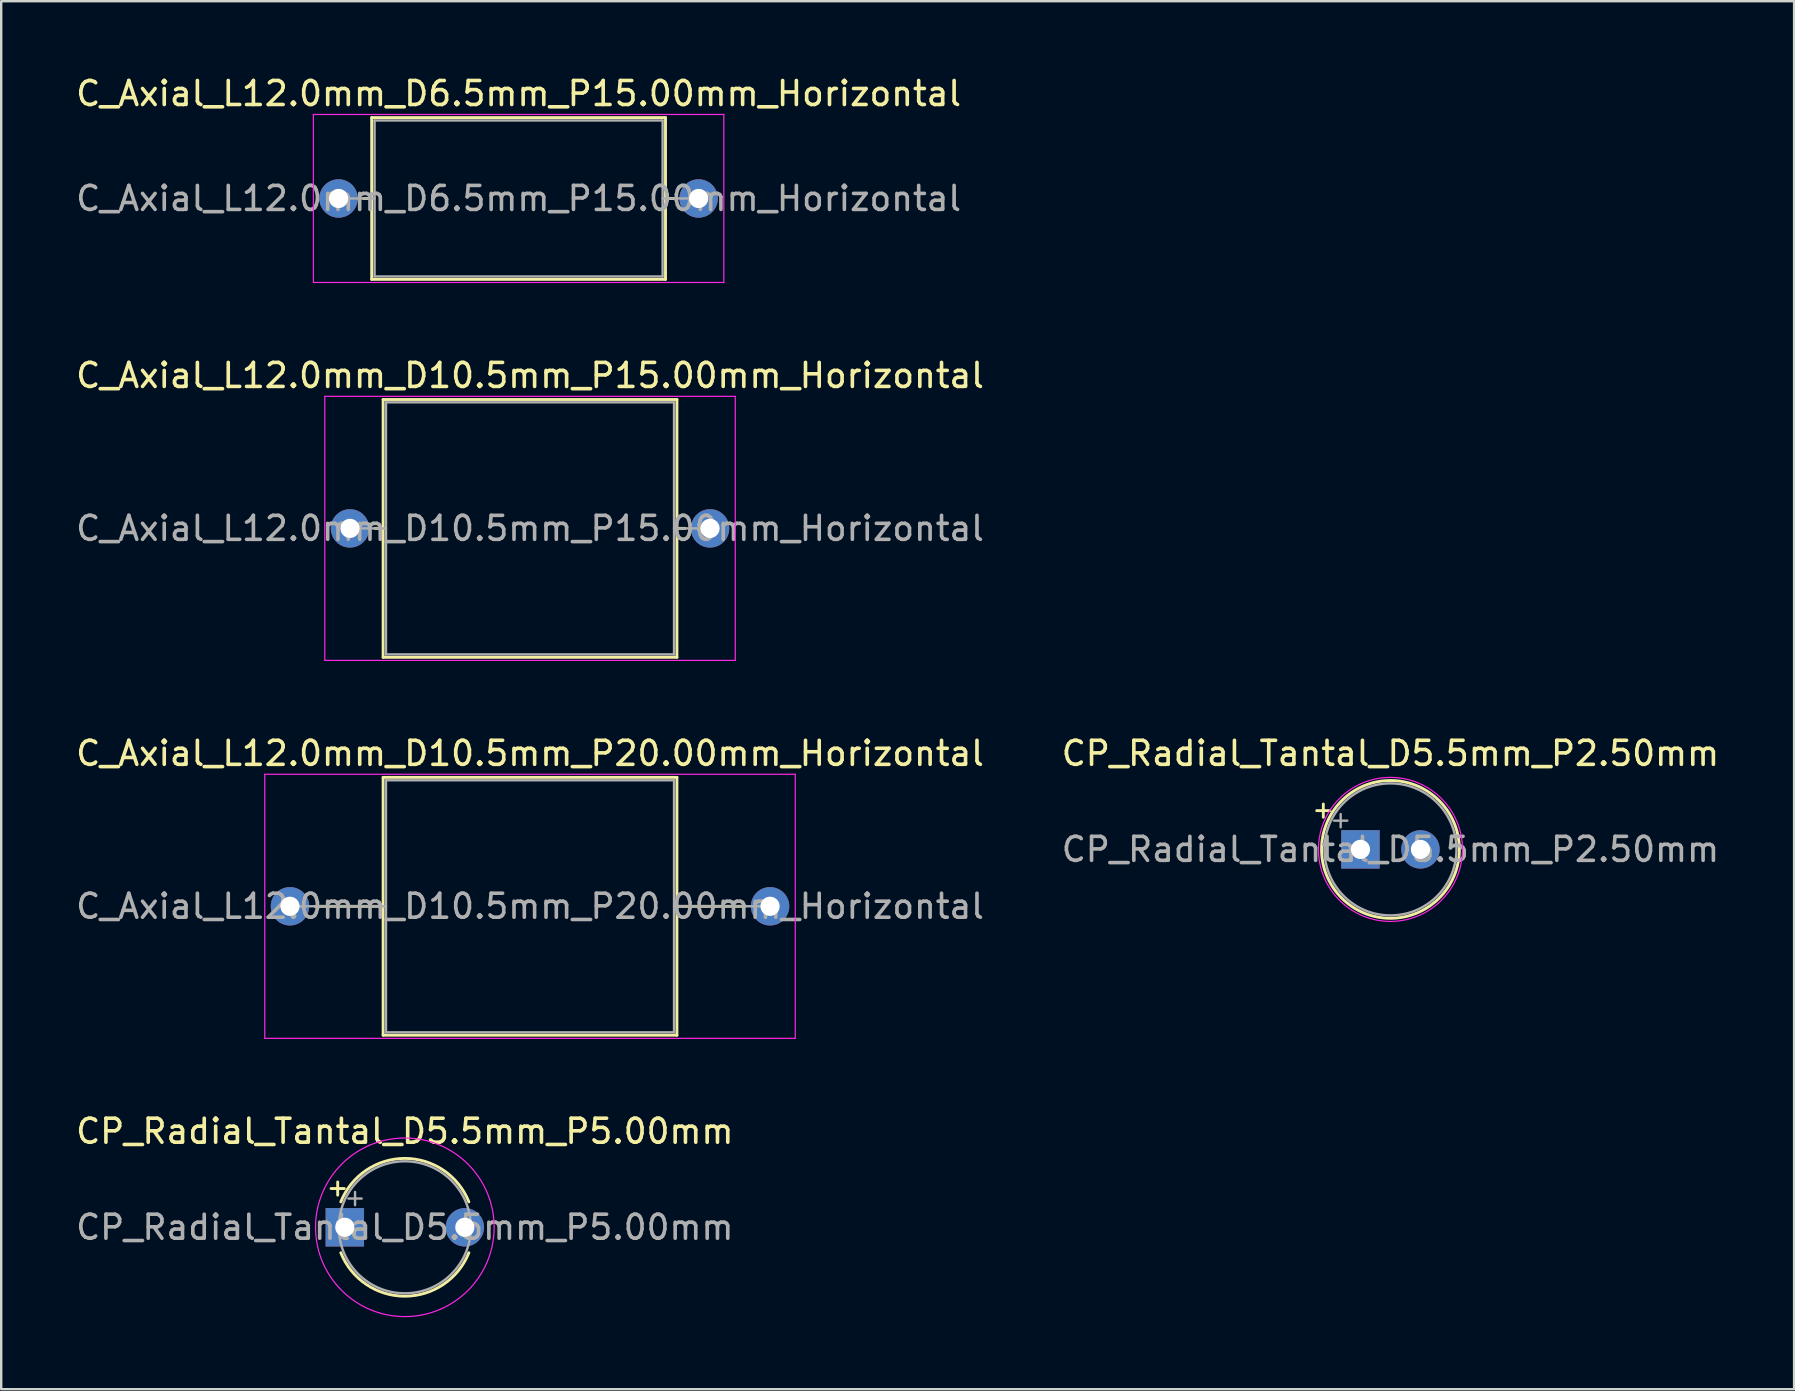
<source format=kicad_pcb>
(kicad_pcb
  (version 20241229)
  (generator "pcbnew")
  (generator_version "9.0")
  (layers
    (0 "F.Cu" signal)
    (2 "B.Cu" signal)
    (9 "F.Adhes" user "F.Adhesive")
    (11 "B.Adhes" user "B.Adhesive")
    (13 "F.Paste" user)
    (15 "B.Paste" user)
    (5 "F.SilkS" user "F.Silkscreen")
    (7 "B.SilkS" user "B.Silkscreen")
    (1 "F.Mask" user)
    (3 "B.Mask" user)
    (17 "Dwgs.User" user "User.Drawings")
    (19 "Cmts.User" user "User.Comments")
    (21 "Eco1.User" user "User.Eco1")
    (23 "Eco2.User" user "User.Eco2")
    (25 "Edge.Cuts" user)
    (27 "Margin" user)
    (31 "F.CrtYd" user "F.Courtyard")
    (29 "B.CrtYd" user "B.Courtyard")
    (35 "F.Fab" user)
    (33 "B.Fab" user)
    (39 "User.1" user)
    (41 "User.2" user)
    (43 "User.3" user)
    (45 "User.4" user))
  (footprint "C_Axial_L12.0mm_D6.5mm_P15.00mm_Horizontal"
    (layer "F.Cu")
    (at 11.054 5.218)
    (property "Reference" "C_Axial_L12.0mm_D6.5mm_P15.00mm_Horizontal" (at 7.5 -4.37 0) (layer "F.SilkS") (effects (font (size 1 1) (thickness 0.15))))
    (attr through_hole)
    (fp_line (start 1.04 0) (end 1.38 0) (stroke (width 0.12) (type solid)) (layer "F.SilkS"))
    (fp_line (start 1.38 -3.37) (end 1.38 3.37) (stroke (width 0.12) (type solid)) (layer "F.SilkS"))
    (fp_line (start 1.38 3.37) (end 13.62 3.37) (stroke (width 0.12) (type solid)) (layer "F.SilkS"))
    (fp_line (start 13.62 -3.37) (end 1.38 -3.37) (stroke (width 0.12) (type solid)) (layer "F.SilkS"))
    (fp_line (start 13.62 3.37) (end 13.62 -3.37) (stroke (width 0.12) (type solid)) (layer "F.SilkS"))
    (fp_line (start 13.96 0) (end 13.62 0) (stroke (width 0.12) (type solid)) (layer "F.SilkS"))
    (fp_line (start -1.05 -3.5) (end -1.05 3.5) (stroke (width 0.05) (type solid)) (layer "F.CrtYd"))
    (fp_line (start -1.05 3.5) (end 16.05 3.5) (stroke (width 0.05) (type solid)) (layer "F.CrtYd"))
    (fp_line (start 16.05 -3.5) (end -1.05 -3.5) (stroke (width 0.05) (type solid)) (layer "F.CrtYd"))
    (fp_line (start 16.05 3.5) (end 16.05 -3.5) (stroke (width 0.05) (type solid)) (layer "F.CrtYd"))
    (fp_line (start 0 0) (end 1.5 0) (stroke (width 0.1) (type solid)) (layer "F.Fab"))
    (fp_line (start 1.5 -3.25) (end 1.5 3.25) (stroke (width 0.1) (type solid)) (layer "F.Fab"))
    (fp_line (start 1.5 3.25) (end 13.5 3.25) (stroke (width 0.1) (type solid)) (layer "F.Fab"))
    (fp_line (start 13.5 -3.25) (end 1.5 -3.25) (stroke (width 0.1) (type solid)) (layer "F.Fab"))
    (fp_line (start 13.5 3.25) (end 13.5 -3.25) (stroke (width 0.1) (type solid)) (layer "F.Fab"))
    (fp_line (start 15 0) (end 13.5 0) (stroke (width 0.1) (type solid)) (layer "F.Fab"))
    (fp_text user "${REFERENCE}" (at 7.5 0 0) (layer "F.Fab") (effects (font (size 1 1) (thickness 0.15))))
    (pad "1" thru_hole circle (at 0 0) (size 1.6 1.6) (drill 0.8) (layers "*.Cu" "*.Mask"))
    (pad "2" thru_hole oval (at 15 0) (size 1.6 1.6) (drill 0.8) (layers "*.Cu" "*.Mask")))
  (footprint "CP_Radial_Tantal_D5.5mm_P2.50mm"
    (layer "F.Cu")
    (at 53.625 32.335)
    (property "Reference" "CP_Radial_Tantal_D5.5mm_P2.50mm" (at 1.25 -4 0) (layer "F.SilkS") (effects (font (size 1 1) (thickness 0.15))))
    (attr through_hole)
    (fp_line (start -1.822 -1.615) (end -1.272 -1.615) (stroke (width 0.12) (type solid)) (layer "F.SilkS"))
    (fp_line (start -1.547 -1.89) (end -1.547 -1.34) (stroke (width 0.12) (type solid)) (layer "F.SilkS"))
    (fp_circle (center 1.25 0) (end 4.12 0) (stroke (width 0.12) (type solid)) (fill no) (layer "F.SilkS"))
    (fp_circle (center 1.25 0) (end 4.25 0) (stroke (width 0.05) (type solid)) (fill no) (layer "F.CrtYd"))
    (fp_line (start -1.099 -1.198) (end -0.549 -1.198) (stroke (width 0.1) (type solid)) (layer "F.Fab"))
    (fp_line (start -0.824 -1.472) (end -0.824 -0.922) (stroke (width 0.1) (type solid)) (layer "F.Fab"))
    (fp_circle (center 1.25 0) (end 4 0) (stroke (width 0.1) (type solid)) (fill no) (layer "F.Fab"))
    (fp_text user "${REFERENCE}" (at 1.25 0 0) (layer "F.Fab") (effects (font (size 1 1) (thickness 0.15))))
    (pad "1" thru_hole rect (at 0 0) (size 1.6 1.6) (drill 0.8) (layers "*.Cu" "*.Mask"))
    (pad "2" thru_hole circle (at 2.5 0) (size 1.6 1.6) (drill 0.8) (layers "*.Cu" "*.Mask")))
  (footprint "CP_Radial_Tantal_D5.5mm_P5.00mm"
    (layer "F.Cu")
    (at 11.315 48.078)
    (property "Reference" "CP_Radial_Tantal_D5.5mm_P5.00mm" (at 2.5 -4 0) (layer "F.SilkS") (effects (font (size 1 1) (thickness 0.15))))
    (attr through_hole)
    (fp_line (start -0.572 -1.615) (end -0.022 -1.615) (stroke (width 0.12) (type solid)) (layer "F.SilkS"))
    (fp_line (start -0.297 -1.89) (end -0.297 -1.34) (stroke (width 0.12) (type solid)) (layer "F.SilkS"))
    (fp_arc (start -0.167077 -1.06) (mid 2.5 -2.87) (end 5.167077 -1.06) (stroke (width 0.12) (type solid)) (layer "F.SilkS"))
    (fp_arc (start 5.167077 1.06) (mid 2.5 2.87) (end -0.167077 1.06) (stroke (width 0.12) (type solid)) (layer "F.SilkS"))
    (fp_circle (center 2.5 0) (end 6.22 0) (stroke (width 0.05) (type solid)) (fill no) (layer "F.CrtYd"))
    (fp_line (start 0.151 -1.198) (end 0.701 -1.198) (stroke (width 0.1) (type solid)) (layer "F.Fab"))
    (fp_line (start 0.426 -1.472) (end 0.426 -0.922) (stroke (width 0.1) (type solid)) (layer "F.Fab"))
    (fp_circle (center 2.5 0) (end 5.25 0) (stroke (width 0.1) (type solid)) (fill no) (layer "F.Fab"))
    (fp_text user "${REFERENCE}" (at 2.5 0 0) (layer "F.Fab") (effects (font (size 1 1) (thickness 0.15))))
    (pad "1" thru_hole rect (at 0 0) (size 1.6 1.6) (drill 0.8) (layers "*.Cu" "*.Mask"))
    (pad "2" thru_hole circle (at 5 0) (size 1.6 1.6) (drill 0.8) (layers "*.Cu" "*.Mask")))
  (footprint "C_Axial_L12.0mm_D10.5mm_P20.00mm_Horizontal"
    (layer "F.Cu")
    (at 9.03 34.705)
    (property "Reference" "C_Axial_L12.0mm_D10.5mm_P20.00mm_Horizontal" (at 10 -6.37 0) (layer "F.SilkS") (effects (font (size 1 1) (thickness 0.15))))
    (attr through_hole)
    (fp_line (start 1.04 0) (end 3.88 0) (stroke (width 0.12) (type solid)) (layer "F.SilkS"))
    (fp_line (start 3.88 -5.37) (end 3.88 5.37) (stroke (width 0.12) (type solid)) (layer "F.SilkS"))
    (fp_line (start 3.88 5.37) (end 16.12 5.37) (stroke (width 0.12) (type solid)) (layer "F.SilkS"))
    (fp_line (start 16.12 -5.37) (end 3.88 -5.37) (stroke (width 0.12) (type solid)) (layer "F.SilkS"))
    (fp_line (start 16.12 5.37) (end 16.12 -5.37) (stroke (width 0.12) (type solid)) (layer "F.SilkS"))
    (fp_line (start 18.96 0) (end 16.12 0) (stroke (width 0.12) (type solid)) (layer "F.SilkS"))
    (fp_line (start -1.05 -5.5) (end -1.05 5.5) (stroke (width 0.05) (type solid)) (layer "F.CrtYd"))
    (fp_line (start -1.05 5.5) (end 21.05 5.5) (stroke (width 0.05) (type solid)) (layer "F.CrtYd"))
    (fp_line (start 21.05 -5.5) (end -1.05 -5.5) (stroke (width 0.05) (type solid)) (layer "F.CrtYd"))
    (fp_line (start 21.05 5.5) (end 21.05 -5.5) (stroke (width 0.05) (type solid)) (layer "F.CrtYd"))
    (fp_line (start 0 0) (end 4 0) (stroke (width 0.1) (type solid)) (layer "F.Fab"))
    (fp_line (start 4 -5.25) (end 4 5.25) (stroke (width 0.1) (type solid)) (layer "F.Fab"))
    (fp_line (start 4 5.25) (end 16 5.25) (stroke (width 0.1) (type solid)) (layer "F.Fab"))
    (fp_line (start 16 -5.25) (end 4 -5.25) (stroke (width 0.1) (type solid)) (layer "F.Fab"))
    (fp_line (start 16 5.25) (end 16 -5.25) (stroke (width 0.1) (type solid)) (layer "F.Fab"))
    (fp_line (start 20 0) (end 16 0) (stroke (width 0.1) (type solid)) (layer "F.Fab"))
    (fp_text user "${REFERENCE}" (at 10 0 0) (layer "F.Fab") (effects (font (size 1 1) (thickness 0.15))))
    (pad "1" thru_hole circle (at 0 0) (size 1.6 1.6) (drill 0.8) (layers "*.Cu" "*.Mask"))
    (pad "2" thru_hole oval (at 20 0) (size 1.6 1.6) (drill 0.8) (layers "*.Cu" "*.Mask")))
  (footprint "C_Axial_L12.0mm_D10.5mm_P15.00mm_Horizontal"
    (layer "F.Cu")
    (at 11.53 18.962)
    (property "Reference" "C_Axial_L12.0mm_D10.5mm_P15.00mm_Horizontal" (at 7.5 -6.37 0) (layer "F.SilkS") (effects (font (size 1 1) (thickness 0.15))))
    (attr through_hole)
    (fp_line (start 1.04 0) (end 1.38 0) (stroke (width 0.12) (type solid)) (layer "F.SilkS"))
    (fp_line (start 1.38 -5.37) (end 1.38 5.37) (stroke (width 0.12) (type solid)) (layer "F.SilkS"))
    (fp_line (start 1.38 5.37) (end 13.62 5.37) (stroke (width 0.12) (type solid)) (layer "F.SilkS"))
    (fp_line (start 13.62 -5.37) (end 1.38 -5.37) (stroke (width 0.12) (type solid)) (layer "F.SilkS"))
    (fp_line (start 13.62 5.37) (end 13.62 -5.37) (stroke (width 0.12) (type solid)) (layer "F.SilkS"))
    (fp_line (start 13.96 0) (end 13.62 0) (stroke (width 0.12) (type solid)) (layer "F.SilkS"))
    (fp_line (start -1.05 -5.5) (end -1.05 5.5) (stroke (width 0.05) (type solid)) (layer "F.CrtYd"))
    (fp_line (start -1.05 5.5) (end 16.05 5.5) (stroke (width 0.05) (type solid)) (layer "F.CrtYd"))
    (fp_line (start 16.05 -5.5) (end -1.05 -5.5) (stroke (width 0.05) (type solid)) (layer "F.CrtYd"))
    (fp_line (start 16.05 5.5) (end 16.05 -5.5) (stroke (width 0.05) (type solid)) (layer "F.CrtYd"))
    (fp_line (start 0 0) (end 1.5 0) (stroke (width 0.1) (type solid)) (layer "F.Fab"))
    (fp_line (start 1.5 -5.25) (end 1.5 5.25) (stroke (width 0.1) (type solid)) (layer "F.Fab"))
    (fp_line (start 1.5 5.25) (end 13.5 5.25) (stroke (width 0.1) (type solid)) (layer "F.Fab"))
    (fp_line (start 13.5 -5.25) (end 1.5 -5.25) (stroke (width 0.1) (type solid)) (layer "F.Fab"))
    (fp_line (start 13.5 5.25) (end 13.5 -5.25) (stroke (width 0.1) (type solid)) (layer "F.Fab"))
    (fp_line (start 15 0) (end 13.5 0) (stroke (width 0.1) (type solid)) (layer "F.Fab"))
    (fp_text user "${REFERENCE}" (at 7.5 0 0) (layer "F.Fab") (effects (font (size 1 1) (thickness 0.15))))
    (pad "1" thru_hole circle (at 0 0) (size 1.6 1.6) (drill 0.8) (layers "*.Cu" "*.Mask"))
    (pad "2" thru_hole oval (at 15 0) (size 1.6 1.6) (drill 0.8) (layers "*.Cu" "*.Mask")))
  (gr_rect
    (start -3 -3)
    (end 71.69 54.823)
    (stroke (width 0.1) (type default))
    (fill no)
    (layer "Edge.Cuts")))
</source>
